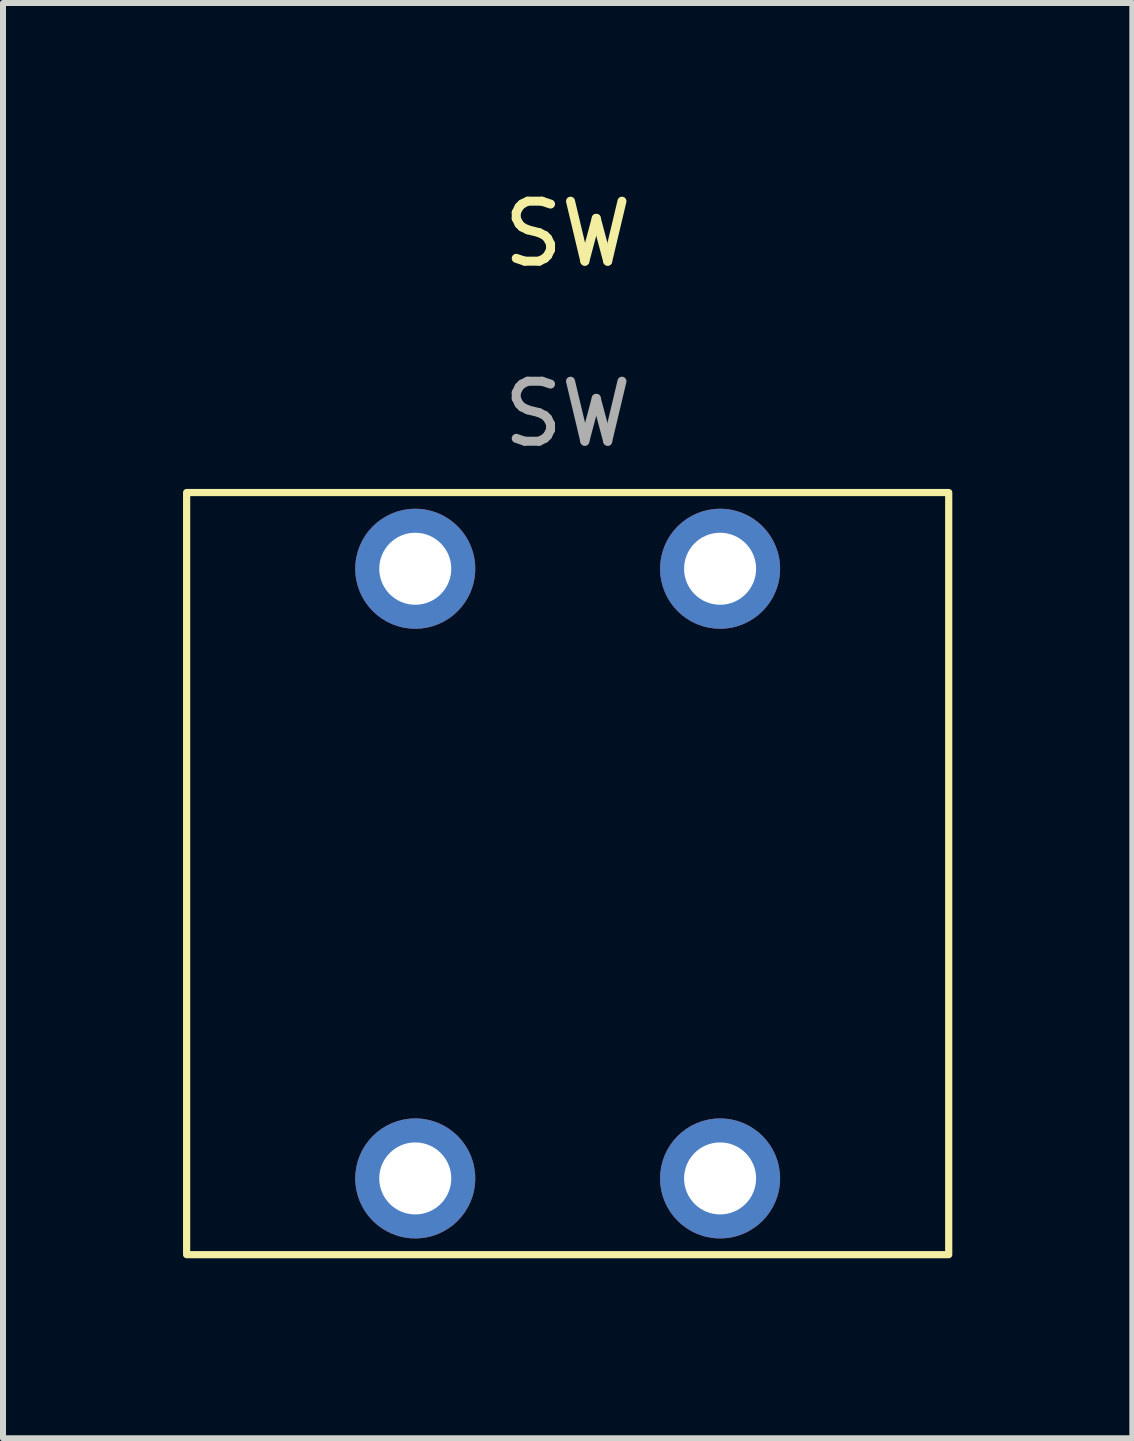
<source format=kicad_pcb>
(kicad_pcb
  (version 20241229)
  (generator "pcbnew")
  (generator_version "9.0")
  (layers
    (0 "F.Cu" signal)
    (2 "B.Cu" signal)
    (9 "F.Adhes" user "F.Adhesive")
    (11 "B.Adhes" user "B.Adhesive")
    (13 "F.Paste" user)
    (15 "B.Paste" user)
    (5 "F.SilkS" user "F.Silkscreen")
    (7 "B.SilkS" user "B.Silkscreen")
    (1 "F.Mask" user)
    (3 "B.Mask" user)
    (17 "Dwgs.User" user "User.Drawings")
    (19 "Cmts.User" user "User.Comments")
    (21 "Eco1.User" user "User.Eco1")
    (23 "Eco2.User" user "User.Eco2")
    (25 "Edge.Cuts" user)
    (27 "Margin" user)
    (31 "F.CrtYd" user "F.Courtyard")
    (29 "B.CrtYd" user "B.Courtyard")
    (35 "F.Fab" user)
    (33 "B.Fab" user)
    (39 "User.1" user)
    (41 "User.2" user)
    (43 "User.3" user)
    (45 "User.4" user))
  (footprint "SW"
    (layer "F.Cu")
    (at 6.41 1.348)
    (property "Reference" "SW" (at 0 -0.5 0) (unlocked yes) (layer "F.SilkS") (effects (font (size 1 1) (thickness 0.15))))
    (attr through_hole)
    (fp_rect (start -6.35 3.81) (end 6.35 16.51) (stroke (width 0.12) (type solid)) (fill no) (layer "F.SilkS"))
    (fp_text user "${REFERENCE}" (at 0 2.5 0) (unlocked yes) (layer "F.Fab") (effects (font (size 1 1) (thickness 0.15))))
    (pad "1" thru_hole circle (at -2.54 5.08) (size 2 2) (drill 1.2) (layers "*.Cu" "*.Mask"))
    (pad "1" thru_hole circle (at -2.54 15.24) (size 2 2) (drill 1.2) (layers "*.Cu" "*.Mask"))
    (pad "2" thru_hole circle (at 2.54 5.08) (size 2 2) (drill 1.2) (layers "*.Cu" "*.Mask"))
    (pad "2" thru_hole circle (at 2.54 15.24) (size 2 2) (drill 1.2) (layers "*.Cu" "*.Mask")))
  (gr_rect
    (start -3 -3)
    (end 15.82 20.918)
    (stroke (width 0.1) (type default))
    (fill no)
    (layer "Edge.Cuts")))
</source>
